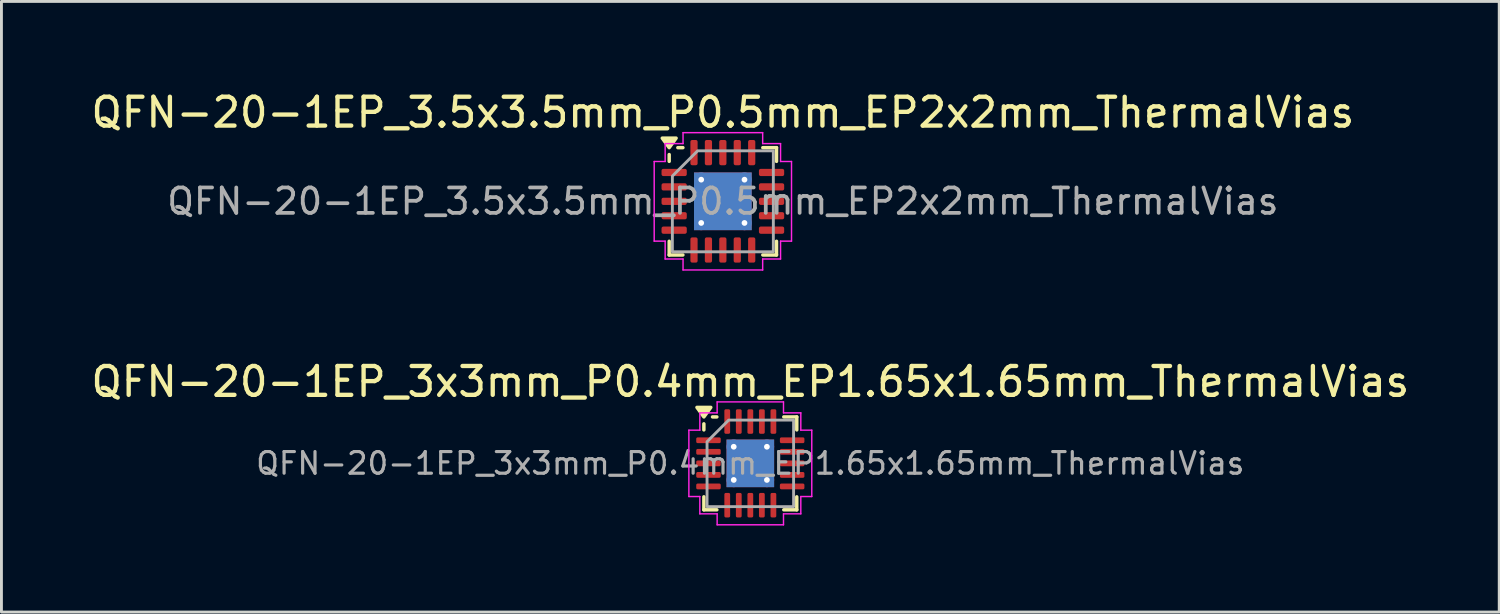
<source format=kicad_pcb>
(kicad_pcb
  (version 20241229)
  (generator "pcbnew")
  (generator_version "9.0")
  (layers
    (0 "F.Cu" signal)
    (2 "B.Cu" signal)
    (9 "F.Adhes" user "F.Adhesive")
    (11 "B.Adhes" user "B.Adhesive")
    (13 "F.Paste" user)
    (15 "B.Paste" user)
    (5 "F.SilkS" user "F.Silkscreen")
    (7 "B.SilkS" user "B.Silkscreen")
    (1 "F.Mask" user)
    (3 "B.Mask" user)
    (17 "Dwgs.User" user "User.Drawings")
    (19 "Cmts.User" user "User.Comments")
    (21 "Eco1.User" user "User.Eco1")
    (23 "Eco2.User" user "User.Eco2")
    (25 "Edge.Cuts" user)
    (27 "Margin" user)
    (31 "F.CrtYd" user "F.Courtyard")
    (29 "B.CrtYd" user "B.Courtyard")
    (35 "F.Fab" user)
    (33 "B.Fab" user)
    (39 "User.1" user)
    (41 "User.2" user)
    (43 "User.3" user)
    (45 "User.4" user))
  (footprint "QFN-20-1EP_3.5x3.5mm_P0.5mm_EP2x2mm_ThermalVias"
    (layer "F.Cu")
    (at 22.006 3.928)
    (property "Reference" "QFN-20-1EP_3.5x3.5mm_P0.5mm_EP2x2mm_ThermalVias" (at 0 -3.08 0) (layer "F.SilkS") (effects (font (size 1 1) (thickness 0.15))))
    (attr smd)
    (fp_line (start -1.86 -1.385) (end -1.86 -1.62) (stroke (width 0.12) (type solid)) (layer "F.SilkS"))
    (fp_line (start -1.86 1.86) (end -1.86 1.385) (stroke (width 0.12) (type solid)) (layer "F.SilkS"))
    (fp_line (start -1.385 -1.86) (end -1.56 -1.86) (stroke (width 0.12) (type solid)) (layer "F.SilkS"))
    (fp_line (start -1.385 1.86) (end -1.86 1.86) (stroke (width 0.12) (type solid)) (layer "F.SilkS"))
    (fp_line (start 1.385 -1.86) (end 1.86 -1.86) (stroke (width 0.12) (type solid)) (layer "F.SilkS"))
    (fp_line (start 1.385 1.86) (end 1.86 1.86) (stroke (width 0.12) (type solid)) (layer "F.SilkS"))
    (fp_line (start 1.86 -1.86) (end 1.86 -1.385) (stroke (width 0.12) (type solid)) (layer "F.SilkS"))
    (fp_line (start 1.86 1.86) (end 1.86 1.385) (stroke (width 0.12) (type solid)) (layer "F.SilkS"))
    (fp_poly (pts (xy -1.86 -1.86) (xy -2.1 -2.19) (xy -1.62 -2.19)) (stroke (width 0.12) (type solid)) (fill yes) (layer "F.SilkS"))
    (fp_line (start -2.38 -1.38) (end -2 -1.38) (stroke (width 0.05) (type solid)) (layer "F.CrtYd"))
    (fp_line (start -2.38 1.38) (end -2.38 -1.38) (stroke (width 0.05) (type solid)) (layer "F.CrtYd"))
    (fp_line (start -2 -2) (end -1.38 -2) (stroke (width 0.05) (type solid)) (layer "F.CrtYd"))
    (fp_line (start -2 -1.38) (end -2 -2) (stroke (width 0.05) (type solid)) (layer "F.CrtYd"))
    (fp_line (start -2 1.38) (end -2.38 1.38) (stroke (width 0.05) (type solid)) (layer "F.CrtYd"))
    (fp_line (start -2 2) (end -2 1.38) (stroke (width 0.05) (type solid)) (layer "F.CrtYd"))
    (fp_line (start -1.38 -2.38) (end 1.38 -2.38) (stroke (width 0.05) (type solid)) (layer "F.CrtYd"))
    (fp_line (start -1.38 -2) (end -1.38 -2.38) (stroke (width 0.05) (type solid)) (layer "F.CrtYd"))
    (fp_line (start -1.38 2) (end -2 2) (stroke (width 0.05) (type solid)) (layer "F.CrtYd"))
    (fp_line (start -1.38 2.38) (end -1.38 2) (stroke (width 0.05) (type solid)) (layer "F.CrtYd"))
    (fp_line (start 1.38 -2.38) (end 1.38 -2) (stroke (width 0.05) (type solid)) (layer "F.CrtYd"))
    (fp_line (start 1.38 -2) (end 2 -2) (stroke (width 0.05) (type solid)) (layer "F.CrtYd"))
    (fp_line (start 1.38 2) (end 1.38 2.38) (stroke (width 0.05) (type solid)) (layer "F.CrtYd"))
    (fp_line (start 1.38 2.38) (end -1.38 2.38) (stroke (width 0.05) (type solid)) (layer "F.CrtYd"))
    (fp_line (start 2 -2) (end 2 -1.38) (stroke (width 0.05) (type solid)) (layer "F.CrtYd"))
    (fp_line (start 2 -1.38) (end 2.38 -1.38) (stroke (width 0.05) (type solid)) (layer "F.CrtYd"))
    (fp_line (start 2 1.38) (end 2 2) (stroke (width 0.05) (type solid)) (layer "F.CrtYd"))
    (fp_line (start 2 2) (end 1.38 2) (stroke (width 0.05) (type solid)) (layer "F.CrtYd"))
    (fp_line (start 2.38 -1.38) (end 2.38 1.38) (stroke (width 0.05) (type solid)) (layer "F.CrtYd"))
    (fp_line (start 2.38 1.38) (end 2 1.38) (stroke (width 0.05) (type solid)) (layer "F.CrtYd"))
    (fp_poly (pts (xy -1.75 -0.875) (xy -1.75 1.75) (xy 1.75 1.75) (xy 1.75 -1.75) (xy -0.875 -1.75)) (stroke (width 0.1) (type solid)) (fill no) (layer "F.Fab"))
    (fp_text user "${REFERENCE}" (at 0 0 0) (layer "F.Fab") (effects (font (size 0.88 0.88) (thickness 0.13))))
    (pad "" smd roundrect (at -0.5 -0.5) (size 0.87 0.87) (layers "F.Paste") (roundrect_rratio 0.25))
    (pad "" smd roundrect (at -0.5 0.5) (size 0.87 0.87) (layers "F.Paste") (roundrect_rratio 0.25))
    (pad "" smd roundrect (at 0.5 -0.5) (size 0.87 0.87) (layers "F.Paste") (roundrect_rratio 0.25))
    (pad "" smd roundrect (at 0.5 0.5) (size 0.87 0.87) (layers "F.Paste") (roundrect_rratio 0.25))
    (pad "1" smd roundrect (at -1.688 -1) (size 0.875 0.25) (layers "F.Cu" "F.Mask" "F.Paste") (roundrect_rratio 0.25))
    (pad "2" smd roundrect (at -1.688 -0.5) (size 0.875 0.25) (layers "F.Cu" "F.Mask" "F.Paste") (roundrect_rratio 0.25))
    (pad "3" smd roundrect (at -1.688 0) (size 0.875 0.25) (layers "F.Cu" "F.Mask" "F.Paste") (roundrect_rratio 0.25))
    (pad "4" smd roundrect (at -1.688 0.5) (size 0.875 0.25) (layers "F.Cu" "F.Mask" "F.Paste") (roundrect_rratio 0.25))
    (pad "5" smd roundrect (at -1.688 1) (size 0.875 0.25) (layers "F.Cu" "F.Mask" "F.Paste") (roundrect_rratio 0.25))
    (pad "6" smd roundrect (at -1 1.688) (size 0.25 0.875) (layers "F.Cu" "F.Mask" "F.Paste") (roundrect_rratio 0.25))
    (pad "7" smd roundrect (at -0.5 1.688) (size 0.25 0.875) (layers "F.Cu" "F.Mask" "F.Paste") (roundrect_rratio 0.25))
    (pad "8" smd roundrect (at 0 1.688) (size 0.25 0.875) (layers "F.Cu" "F.Mask" "F.Paste") (roundrect_rratio 0.25))
    (pad "9" smd roundrect (at 0.5 1.688) (size 0.25 0.875) (layers "F.Cu" "F.Mask" "F.Paste") (roundrect_rratio 0.25))
    (pad "10" smd roundrect (at 1 1.688) (size 0.25 0.875) (layers "F.Cu" "F.Mask" "F.Paste") (roundrect_rratio 0.25))
    (pad "11" smd roundrect (at 1.688 1) (size 0.875 0.25) (layers "F.Cu" "F.Mask" "F.Paste") (roundrect_rratio 0.25))
    (pad "12" smd roundrect (at 1.688 0.5) (size 0.875 0.25) (layers "F.Cu" "F.Mask" "F.Paste") (roundrect_rratio 0.25))
    (pad "13" smd roundrect (at 1.688 0) (size 0.875 0.25) (layers "F.Cu" "F.Mask" "F.Paste") (roundrect_rratio 0.25))
    (pad "14" smd roundrect (at 1.688 -0.5) (size 0.875 0.25) (layers "F.Cu" "F.Mask" "F.Paste") (roundrect_rratio 0.25))
    (pad "15" smd roundrect (at 1.688 -1) (size 0.875 0.25) (layers "F.Cu" "F.Mask" "F.Paste") (roundrect_rratio 0.25))
    (pad "16" smd roundrect (at 1 -1.688) (size 0.25 0.875) (layers "F.Cu" "F.Mask" "F.Paste") (roundrect_rratio 0.25))
    (pad "17" smd roundrect (at 0.5 -1.688) (size 0.25 0.875) (layers "F.Cu" "F.Mask" "F.Paste") (roundrect_rratio 0.25))
    (pad "18" smd roundrect (at 0 -1.688) (size 0.25 0.875) (layers "F.Cu" "F.Mask" "F.Paste") (roundrect_rratio 0.25))
    (pad "19" smd roundrect (at -0.5 -1.688) (size 0.25 0.875) (layers "F.Cu" "F.Mask" "F.Paste") (roundrect_rratio 0.25))
    (pad "20" smd roundrect (at -1 -1.688) (size 0.25 0.875) (layers "F.Cu" "F.Mask" "F.Paste") (roundrect_rratio 0.25))
    (pad "21" thru_hole circle (at -0.75 -0.75) (size 0.5 0.5) (drill 0.2) (property pad_prop_heatsink) (layers "*.Cu"))
    (pad "21" thru_hole circle (at -0.75 0.75) (size 0.5 0.5) (drill 0.2) (property pad_prop_heatsink) (layers "*.Cu"))
    (pad "21" smd rect (at 0 0) (size 2 2) (property pad_prop_heatsink) (layers "F.Cu" "F.Mask"))
    (pad "21" smd rect (at 0 0) (size 2 2) (property pad_prop_heatsink) (layers "B.Cu"))
    (pad "21" thru_hole circle (at 0.75 -0.75) (size 0.5 0.5) (drill 0.2) (property pad_prop_heatsink) (layers "*.Cu"))
    (pad "21" thru_hole circle (at 0.75 0.75) (size 0.5 0.5) (drill 0.2) (property pad_prop_heatsink) (layers "*.Cu")))
  (footprint "QFN-20-1EP_3x3mm_P0.4mm_EP1.65x1.65mm_ThermalVias"
    (layer "F.Cu")
    (at 22.958 13.011)
    (property "Reference" "QFN-20-1EP_3x3mm_P0.4mm_EP1.65x1.65mm_ThermalVias" (at 0 -2.83 0) (layer "F.SilkS") (effects (font (size 1 1) (thickness 0.15))))
    (attr smd)
    (fp_line (start -1.61 -1.16) (end -1.61 -1.37) (stroke (width 0.12) (type solid)) (layer "F.SilkS"))
    (fp_line (start -1.61 1.61) (end -1.61 1.16) (stroke (width 0.12) (type solid)) (layer "F.SilkS"))
    (fp_line (start -1.16 -1.61) (end -1.31 -1.61) (stroke (width 0.12) (type solid)) (layer "F.SilkS"))
    (fp_line (start -1.16 1.61) (end -1.61 1.61) (stroke (width 0.12) (type solid)) (layer "F.SilkS"))
    (fp_line (start 1.16 -1.61) (end 1.61 -1.61) (stroke (width 0.12) (type solid)) (layer "F.SilkS"))
    (fp_line (start 1.16 1.61) (end 1.61 1.61) (stroke (width 0.12) (type solid)) (layer "F.SilkS"))
    (fp_line (start 1.61 -1.61) (end 1.61 -1.16) (stroke (width 0.12) (type solid)) (layer "F.SilkS"))
    (fp_line (start 1.61 1.61) (end 1.61 1.16) (stroke (width 0.12) (type solid)) (layer "F.SilkS"))
    (fp_poly (pts (xy -1.61 -1.61) (xy -1.85 -1.94) (xy -1.37 -1.94)) (stroke (width 0.12) (type solid)) (fill yes) (layer "F.SilkS"))
    (fp_line (start -2.13 -1.15) (end -1.75 -1.15) (stroke (width 0.05) (type solid)) (layer "F.CrtYd"))
    (fp_line (start -2.13 1.15) (end -2.13 -1.15) (stroke (width 0.05) (type solid)) (layer "F.CrtYd"))
    (fp_line (start -1.75 -1.75) (end -1.15 -1.75) (stroke (width 0.05) (type solid)) (layer "F.CrtYd"))
    (fp_line (start -1.75 -1.15) (end -1.75 -1.75) (stroke (width 0.05) (type solid)) (layer "F.CrtYd"))
    (fp_line (start -1.75 1.15) (end -2.13 1.15) (stroke (width 0.05) (type solid)) (layer "F.CrtYd"))
    (fp_line (start -1.75 1.75) (end -1.75 1.15) (stroke (width 0.05) (type solid)) (layer "F.CrtYd"))
    (fp_line (start -1.15 -2.13) (end 1.15 -2.13) (stroke (width 0.05) (type solid)) (layer "F.CrtYd"))
    (fp_line (start -1.15 -1.75) (end -1.15 -2.13) (stroke (width 0.05) (type solid)) (layer "F.CrtYd"))
    (fp_line (start -1.15 1.75) (end -1.75 1.75) (stroke (width 0.05) (type solid)) (layer "F.CrtYd"))
    (fp_line (start -1.15 2.13) (end -1.15 1.75) (stroke (width 0.05) (type solid)) (layer "F.CrtYd"))
    (fp_line (start 1.15 -2.13) (end 1.15 -1.75) (stroke (width 0.05) (type solid)) (layer "F.CrtYd"))
    (fp_line (start 1.15 -1.75) (end 1.75 -1.75) (stroke (width 0.05) (type solid)) (layer "F.CrtYd"))
    (fp_line (start 1.15 1.75) (end 1.15 2.13) (stroke (width 0.05) (type solid)) (layer "F.CrtYd"))
    (fp_line (start 1.15 2.13) (end -1.15 2.13) (stroke (width 0.05) (type solid)) (layer "F.CrtYd"))
    (fp_line (start 1.75 -1.75) (end 1.75 -1.15) (stroke (width 0.05) (type solid)) (layer "F.CrtYd"))
    (fp_line (start 1.75 -1.15) (end 2.13 -1.15) (stroke (width 0.05) (type solid)) (layer "F.CrtYd"))
    (fp_line (start 1.75 1.15) (end 1.75 1.75) (stroke (width 0.05) (type solid)) (layer "F.CrtYd"))
    (fp_line (start 1.75 1.75) (end 1.15 1.75) (stroke (width 0.05) (type solid)) (layer "F.CrtYd"))
    (fp_line (start 2.13 -1.15) (end 2.13 1.15) (stroke (width 0.05) (type solid)) (layer "F.CrtYd"))
    (fp_line (start 2.13 1.15) (end 1.75 1.15) (stroke (width 0.05) (type solid)) (layer "F.CrtYd"))
    (fp_poly (pts (xy -1.5 -0.75) (xy -1.5 1.5) (xy 1.5 1.5) (xy 1.5 -1.5) (xy -0.75 -1.5)) (stroke (width 0.1) (type solid)) (fill no) (layer "F.Fab"))
    (fp_text user "${REFERENCE}" (at 0 0 0) (layer "F.Fab") (effects (font (size 0.75 0.75) (thickness 0.11))))
    (pad "" smd roundrect (at -0.41 -0.41) (size 0.69 0.69) (layers "F.Paste") (roundrect_rratio 0.25))
    (pad "" smd roundrect (at -0.41 0.41) (size 0.69 0.69) (layers "F.Paste") (roundrect_rratio 0.25))
    (pad "" smd roundrect (at 0.41 -0.41) (size 0.69 0.69) (layers "F.Paste") (roundrect_rratio 0.25))
    (pad "" smd roundrect (at 0.41 0.41) (size 0.69 0.69) (layers "F.Paste") (roundrect_rratio 0.25))
    (pad "1" smd roundrect (at -1.45 -0.8) (size 0.85 0.2) (layers "F.Cu" "F.Mask" "F.Paste") (roundrect_rratio 0.25))
    (pad "2" smd roundrect (at -1.45 -0.4) (size 0.85 0.2) (layers "F.Cu" "F.Mask" "F.Paste") (roundrect_rratio 0.25))
    (pad "3" smd roundrect (at -1.45 0) (size 0.85 0.2) (layers "F.Cu" "F.Mask" "F.Paste") (roundrect_rratio 0.25))
    (pad "4" smd roundrect (at -1.45 0.4) (size 0.85 0.2) (layers "F.Cu" "F.Mask" "F.Paste") (roundrect_rratio 0.25))
    (pad "5" smd roundrect (at -1.45 0.8) (size 0.85 0.2) (layers "F.Cu" "F.Mask" "F.Paste") (roundrect_rratio 0.25))
    (pad "6" smd roundrect (at -0.8 1.45) (size 0.2 0.85) (layers "F.Cu" "F.Mask" "F.Paste") (roundrect_rratio 0.25))
    (pad "7" smd roundrect (at -0.4 1.45) (size 0.2 0.85) (layers "F.Cu" "F.Mask" "F.Paste") (roundrect_rratio 0.25))
    (pad "8" smd roundrect (at 0 1.45) (size 0.2 0.85) (layers "F.Cu" "F.Mask" "F.Paste") (roundrect_rratio 0.25))
    (pad "9" smd roundrect (at 0.4 1.45) (size 0.2 0.85) (layers "F.Cu" "F.Mask" "F.Paste") (roundrect_rratio 0.25))
    (pad "10" smd roundrect (at 0.8 1.45) (size 0.2 0.85) (layers "F.Cu" "F.Mask" "F.Paste") (roundrect_rratio 0.25))
    (pad "11" smd roundrect (at 1.45 0.8) (size 0.85 0.2) (layers "F.Cu" "F.Mask" "F.Paste") (roundrect_rratio 0.25))
    (pad "12" smd roundrect (at 1.45 0.4) (size 0.85 0.2) (layers "F.Cu" "F.Mask" "F.Paste") (roundrect_rratio 0.25))
    (pad "13" smd roundrect (at 1.45 0) (size 0.85 0.2) (layers "F.Cu" "F.Mask" "F.Paste") (roundrect_rratio 0.25))
    (pad "14" smd roundrect (at 1.45 -0.4) (size 0.85 0.2) (layers "F.Cu" "F.Mask" "F.Paste") (roundrect_rratio 0.25))
    (pad "15" smd roundrect (at 1.45 -0.8) (size 0.85 0.2) (layers "F.Cu" "F.Mask" "F.Paste") (roundrect_rratio 0.25))
    (pad "16" smd roundrect (at 0.8 -1.45) (size 0.2 0.85) (layers "F.Cu" "F.Mask" "F.Paste") (roundrect_rratio 0.25))
    (pad "17" smd roundrect (at 0.4 -1.45) (size 0.2 0.85) (layers "F.Cu" "F.Mask" "F.Paste") (roundrect_rratio 0.25))
    (pad "18" smd roundrect (at 0 -1.45) (size 0.2 0.85) (layers "F.Cu" "F.Mask" "F.Paste") (roundrect_rratio 0.25))
    (pad "19" smd roundrect (at -0.4 -1.45) (size 0.2 0.85) (layers "F.Cu" "F.Mask" "F.Paste") (roundrect_rratio 0.25))
    (pad "20" smd roundrect (at -0.8 -1.45) (size 0.2 0.85) (layers "F.Cu" "F.Mask" "F.Paste") (roundrect_rratio 0.25))
    (pad "21" thru_hole circle (at -0.575 -0.575) (size 0.5 0.5) (drill 0.2) (property pad_prop_heatsink) (layers "*.Cu"))
    (pad "21" thru_hole circle (at -0.575 0.575) (size 0.5 0.5) (drill 0.2) (property pad_prop_heatsink) (layers "*.Cu"))
    (pad "21" smd rect (at 0 0) (size 1.65 1.65) (property pad_prop_heatsink) (layers "F.Cu" "F.Mask"))
    (pad "21" smd rect (at 0 0) (size 1.65 1.65) (property pad_prop_heatsink) (layers "B.Cu"))
    (pad "21" thru_hole circle (at 0.575 -0.575) (size 0.5 0.5) (drill 0.2) (property pad_prop_heatsink) (layers "*.Cu"))
    (pad "21" thru_hole circle (at 0.575 0.575) (size 0.5 0.5) (drill 0.2) (property pad_prop_heatsink) (layers "*.Cu")))
  (gr_rect
    (start -3 -3)
    (end 48.917 18.166)
    (stroke (width 0.1) (type default))
    (fill no)
    (layer "Edge.Cuts")))
</source>
